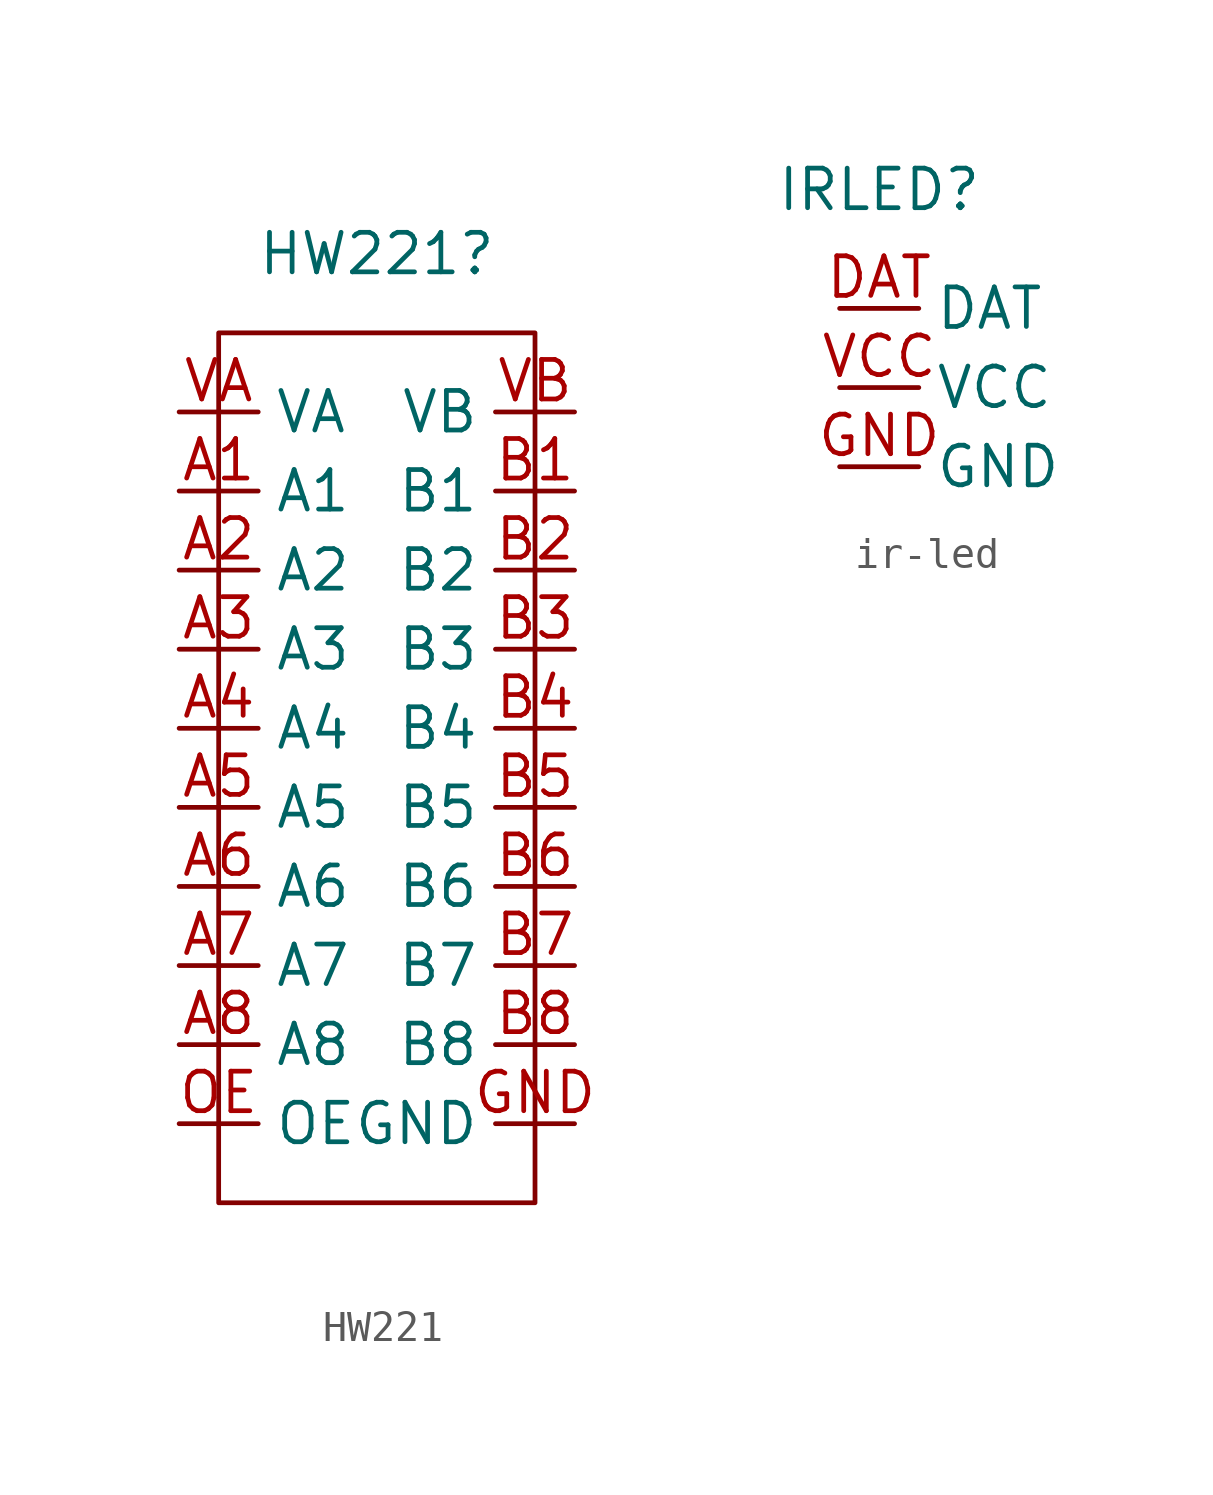
<source format=kicad_sym>
(kicad_symbol_lib
  (version 20220914)
  (generator kicad_symbol_editor)
  (symbol "HW221"
    (property "Reference" "HW221"
      (at 0 16.51 0)
      (effects (font (size 1.27 1.27))))
    (property "Value" ""
      (at 0 -1.27 0)
      (effects (font (size 1.27 1.27))))
    (symbol "HW221_0_1"
      (rectangle (start -5.08 13.97) (end 5.08 -13.97) (stroke (width 0) (type default)) (fill (type none))))
    (symbol "HW221_1_1"
      (pin bidirectional line (at -6.35 8.89 0) (length 2.54) (name "A1" (effects (font (size 1.27 1.27)))) (number "A1" (effects (font (size 1.27 1.27)))))
      (pin bidirectional line (at -6.35 6.35 0) (length 2.54) (name "A2" (effects (font (size 1.27 1.27)))) (number "A2" (effects (font (size 1.27 1.27)))))
      (pin bidirectional line (at -6.35 3.81 0) (length 2.54) (name "A3" (effects (font (size 1.27 1.27)))) (number "A3" (effects (font (size 1.27 1.27)))))
      (pin bidirectional line (at -6.35 1.27 0) (length 2.54) (name "A4" (effects (font (size 1.27 1.27)))) (number "A4" (effects (font (size 1.27 1.27)))))
      (pin bidirectional line (at -6.35 -1.27 0) (length 2.54) (name "A5" (effects (font (size 1.27 1.27)))) (number "A5" (effects (font (size 1.27 1.27)))))
      (pin bidirectional line (at -6.35 -3.81 0) (length 2.54) (name "A6" (effects (font (size 1.27 1.27)))) (number "A6" (effects (font (size 1.27 1.27)))))
      (pin bidirectional line (at -6.35 -6.35 0) (length 2.54) (name "A7" (effects (font (size 1.27 1.27)))) (number "A7" (effects (font (size 1.27 1.27)))))
      (pin bidirectional line (at -6.35 -8.89 0) (length 2.54) (name "A8" (effects (font (size 1.27 1.27)))) (number "A8" (effects (font (size 1.27 1.27)))))
      (pin bidirectional line (at 6.35 8.89 180) (length 2.54) (name "B1" (effects (font (size 1.27 1.27)))) (number "B1" (effects (font (size 1.27 1.27)))))
      (pin bidirectional line (at 6.35 6.35 180) (length 2.54) (name "B2" (effects (font (size 1.27 1.27)))) (number "B2" (effects (font (size 1.27 1.27)))))
      (pin bidirectional line (at 6.35 3.81 180) (length 2.54) (name "B3" (effects (font (size 1.27 1.27)))) (number "B3" (effects (font (size 1.27 1.27)))))
      (pin bidirectional line (at 6.35 1.27 180) (length 2.54) (name "B4" (effects (font (size 1.27 1.27)))) (number "B4" (effects (font (size 1.27 1.27)))))
      (pin bidirectional line (at 6.35 -1.27 180) (length 2.54) (name "B5" (effects (font (size 1.27 1.27)))) (number "B5" (effects (font (size 1.27 1.27)))))
      (pin bidirectional line (at 6.35 -3.81 180) (length 2.54) (name "B6" (effects (font (size 1.27 1.27)))) (number "B6" (effects (font (size 1.27 1.27)))))
      (pin bidirectional line (at 6.35 -6.35 180) (length 2.54) (name "B7" (effects (font (size 1.27 1.27)))) (number "B7" (effects (font (size 1.27 1.27)))))
      (pin bidirectional line (at 6.35 -8.89 180) (length 2.54) (name "B8" (effects (font (size 1.27 1.27)))) (number "B8" (effects (font (size 1.27 1.27)))))
      (pin power_in line (at 6.35 -11.43 180) (length 2.54) (name "GND" (effects (font (size 1.27 1.27)))) (number "GND" (effects (font (size 1.27 1.27)))))
      (pin input line (at -6.35 -11.43 0) (length 2.54) (name "OE" (effects (font (size 1.27 1.27)))) (number "OE" (effects (font (size 1.27 1.27)))))
      (pin power_in line (at -6.35 11.43 0) (length 2.54) (name "VA" (effects (font (size 1.27 1.27)))) (number "VA" (effects (font (size 1.27 1.27)))))
      (pin power_in line (at 6.35 11.43 180) (length 2.54) (name "VB" (effects (font (size 1.27 1.27)))) (number "VB" (effects (font (size 1.27 1.27)))))))
  (symbol "ir-led"
    (property "Reference" "IRLED"
      (at 0 3.81 0)
      (effects (font (size 1.27 1.27))))
    (property "Value" ""
      (at 0 0 0)
      (effects (font (size 1.27 1.27))))
    (symbol "ir-led_1_1"
      (pin input line (at -1.27 0 0) (length 2.54) (name "DAT" (effects (font (size 1.27 1.27)))) (number "DAT" (effects (font (size 1.27 1.27)))))
      (pin power_in line (at -1.27 -5.08 0) (length 2.54) (name "GND" (effects (font (size 1.27 1.27)))) (number "GND" (effects (font (size 1.27 1.27)))))
      (pin power_in line (at -1.27 -2.54 0) (length 2.54) (name "VCC" (effects (font (size 1.27 1.27)))) (number "VCC" (effects (font (size 1.27 1.27))))))))
</source>
